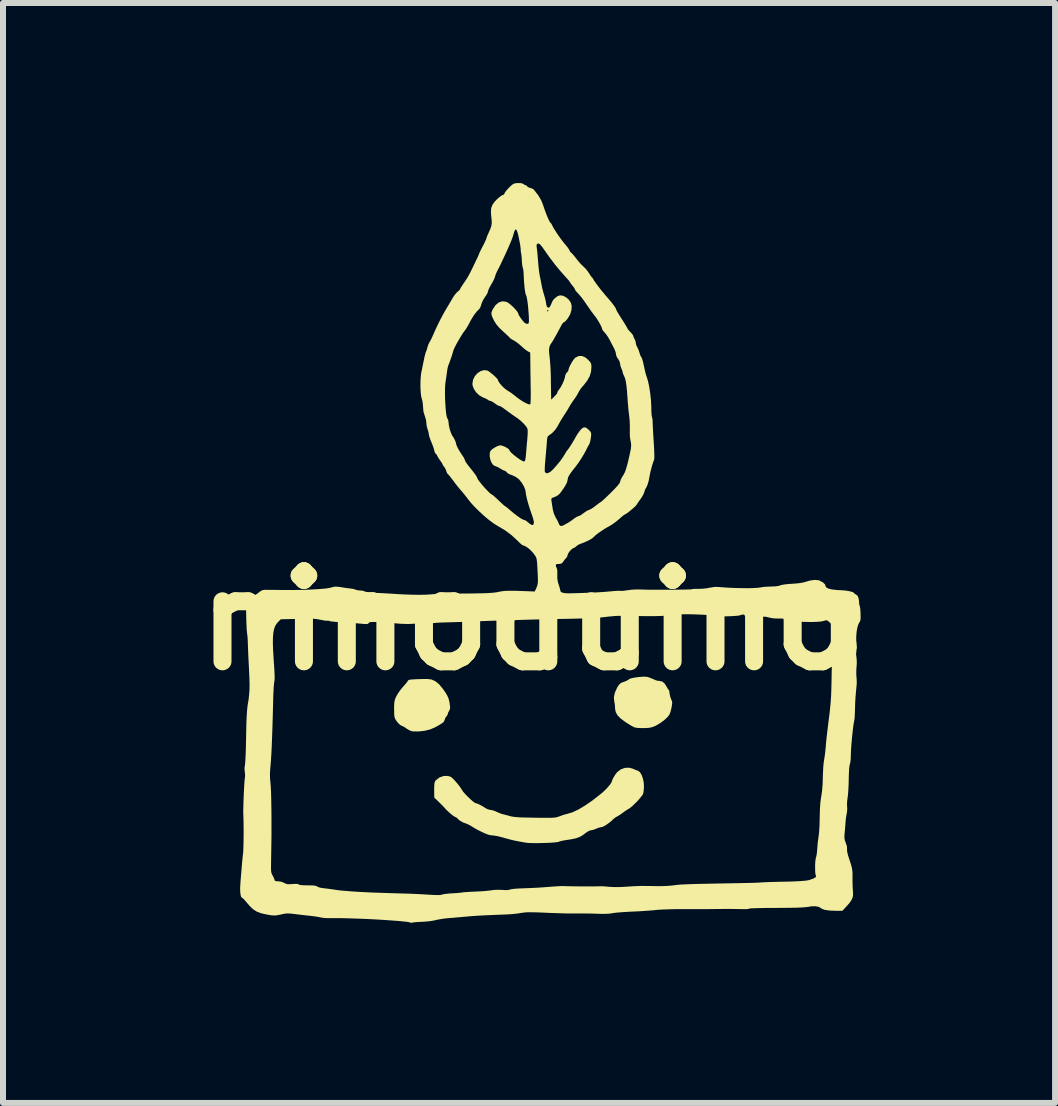
<source format=kicad_pcb>
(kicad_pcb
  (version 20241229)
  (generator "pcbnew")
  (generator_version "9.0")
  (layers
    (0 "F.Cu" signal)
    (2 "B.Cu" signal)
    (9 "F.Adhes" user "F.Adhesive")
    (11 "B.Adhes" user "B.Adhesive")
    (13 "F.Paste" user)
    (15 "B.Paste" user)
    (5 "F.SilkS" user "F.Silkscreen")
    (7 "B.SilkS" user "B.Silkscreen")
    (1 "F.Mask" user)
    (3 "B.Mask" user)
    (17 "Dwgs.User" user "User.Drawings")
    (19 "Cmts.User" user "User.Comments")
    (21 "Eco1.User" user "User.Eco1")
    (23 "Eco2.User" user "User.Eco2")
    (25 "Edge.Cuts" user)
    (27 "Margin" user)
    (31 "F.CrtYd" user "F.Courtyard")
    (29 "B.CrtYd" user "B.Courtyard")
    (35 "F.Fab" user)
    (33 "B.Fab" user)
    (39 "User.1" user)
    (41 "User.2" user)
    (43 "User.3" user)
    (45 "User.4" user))
  (footprint "ninoduino"
    (layer "F.Cu")
    (at 5.764 7.29)
    (property "Reference" "ninoduino" (at 0 0 0) (layer "F.SilkS") (effects (font (size 1.5 1.5) (thickness 0.3))))
    (attr board_only exclude_from_pos_files exclude_from_bom)
    (fp_poly (pts (xy -1.622 0.982) (xy -1.559 1.011) (xy -1.498 1.061) (xy -1.436 1.136) (xy -1.399 1.188) (xy -1.362 1.249) (xy -1.339 1.303) (xy -1.325 1.362) (xy -1.323 1.375) (xy -1.316 1.428) (xy -1.315 1.462) (xy -1.322 1.486) (xy -1.331 1.503) (xy -1.348 1.534) (xy -1.354 1.557) (xy -1.364 1.582) (xy -1.375 1.594) (xy -1.393 1.619) (xy -1.406 1.653) (xy -1.412 1.672) (xy -1.422 1.687) (xy -1.44 1.704) (xy -1.47 1.724) (xy -1.516 1.751) (xy -1.573 1.782) (xy -1.649 1.814) (xy -1.741 1.836) (xy -1.838 1.847) (xy -1.93 1.846) (xy -1.949 1.844) (xy -1.986 1.831) (xy -2.027 1.808) (xy -2.038 1.8) (xy -2.076 1.774) (xy -2.112 1.756) (xy -2.121 1.753) (xy -2.15 1.737) (xy -2.183 1.704) (xy -2.201 1.682) (xy -2.222 1.652) (xy -2.235 1.626) (xy -2.243 1.598) (xy -2.246 1.559) (xy -2.247 1.502) (xy -2.248 1.479) (xy -2.247 1.412) (xy -2.244 1.363) (xy -2.237 1.325) (xy -2.224 1.289) (xy -2.213 1.265) (xy -2.187 1.219) (xy -2.149 1.164) (xy -2.105 1.11) (xy -2.094 1.097) (xy -2.057 1.055) (xy -2.029 1.02) (xy -2.013 0.997) (xy -2.011 0.993) (xy -1.998 0.987) (xy -1.961 0.982) (xy -1.906 0.978) (xy -1.835 0.975) (xy -1.753 0.973) (xy -1.689 0.973)) (stroke (width 0) (type solid)) (fill yes) (layer "F.SilkS"))
    (fp_poly (pts (xy 1.96 0.936) (xy 1.983 0.941) (xy 2.038 0.962) (xy 2.074 0.977) (xy 2.099 0.988) (xy 2.11 0.993) (xy 2.141 1.002) (xy 2.172 1.005) (xy 2.221 1.016) (xy 2.261 1.05) (xy 2.292 1.1) (xy 2.31 1.133) (xy 2.325 1.153) (xy 2.329 1.156) (xy 2.336 1.168) (xy 2.339 1.193) (xy 2.345 1.234) (xy 2.358 1.284) (xy 2.375 1.328) (xy 2.382 1.34) (xy 2.386 1.364) (xy 2.382 1.405) (xy 2.373 1.456) (xy 2.361 1.507) (xy 2.346 1.551) (xy 2.34 1.564) (xy 2.307 1.608) (xy 2.255 1.657) (xy 2.19 1.705) (xy 2.117 1.748) (xy 2.102 1.756) (xy 2.056 1.774) (xy 2.01 1.785) (xy 1.952 1.79) (xy 1.915 1.791) (xy 1.856 1.791) (xy 1.802 1.787) (xy 1.764 1.781) (xy 1.758 1.779) (xy 1.729 1.765) (xy 1.685 1.74) (xy 1.632 1.707) (xy 1.6 1.686) (xy 1.526 1.631) (xy 1.475 1.578) (xy 1.445 1.524) (xy 1.433 1.465) (xy 1.433 1.443) (xy 1.43 1.396) (xy 1.42 1.347) (xy 1.42 1.345) (xy 1.414 1.277) (xy 1.431 1.199) (xy 1.47 1.113) (xy 1.475 1.105) (xy 1.503 1.064) (xy 1.532 1.039) (xy 1.572 1.023) (xy 1.572 1.023) (xy 1.614 1.008) (xy 1.647 0.991) (xy 1.654 0.986) (xy 1.674 0.972) (xy 1.703 0.961) (xy 1.745 0.952) (xy 1.806 0.943) (xy 1.847 0.938) (xy 1.91 0.934)) (stroke (width 0) (type solid)) (fill yes) (layer "F.SilkS"))
    (fp_poly (pts (xy 1.726 2.466) (xy 1.769 2.485) (xy 1.806 2.499) (xy 1.816 2.502) (xy 1.847 2.525) (xy 1.875 2.569) (xy 1.897 2.628) (xy 1.911 2.697) (xy 1.915 2.753) (xy 1.913 2.808) (xy 1.908 2.856) (xy 1.901 2.887) (xy 1.883 2.916) (xy 1.85 2.957) (xy 1.808 3.005) (xy 1.761 3.052) (xy 1.716 3.095) (xy 1.678 3.125) (xy 1.662 3.135) (xy 1.626 3.157) (xy 1.583 3.186) (xy 1.566 3.199) (xy 1.525 3.229) (xy 1.484 3.255) (xy 1.47 3.262) (xy 1.435 3.283) (xy 1.409 3.304) (xy 1.374 3.337) (xy 1.331 3.372) (xy 1.285 3.404) (xy 1.244 3.428) (xy 1.215 3.44) (xy 1.211 3.44) (xy 1.179 3.446) (xy 1.137 3.46) (xy 1.12 3.467) (xy 1.077 3.484) (xy 1.039 3.493) (xy 1.028 3.494) (xy 1 3.503) (xy 0.962 3.525) (xy 0.934 3.546) (xy 0.886 3.581) (xy 0.838 3.607) (xy 0.782 3.627) (xy 0.712 3.642) (xy 0.649 3.652) (xy 0.59 3.661) (xy 0.539 3.671) (xy 0.504 3.681) (xy 0.496 3.685) (xy 0.471 3.691) (xy 0.425 3.696) (xy 0.362 3.701) (xy 0.289 3.704) (xy 0.21 3.706) (xy 0.132 3.708) (xy 0.06 3.707) (xy -0.001 3.705) (xy -0.045 3.701) (xy -0.048 3.701) (xy -0.155 3.682) (xy -0.242 3.665) (xy -0.316 3.647) (xy -0.367 3.633) (xy -0.466 3.606) (xy -0.543 3.588) (xy -0.601 3.579) (xy -0.634 3.577) (xy -0.668 3.57) (xy -0.719 3.552) (xy -0.781 3.524) (xy -0.848 3.491) (xy -0.913 3.455) (xy -0.964 3.423) (xy -1.007 3.399) (xy -1.048 3.381) (xy -1.06 3.377) (xy -1.103 3.361) (xy -1.147 3.336) (xy -1.183 3.307) (xy -1.194 3.294) (xy -1.213 3.278) (xy -1.22 3.276) (xy -1.24 3.267) (xy -1.274 3.244) (xy -1.314 3.211) (xy -1.356 3.173) (xy -1.392 3.137) (xy -1.402 3.126) (xy -1.434 3.09) (xy -1.477 3.047) (xy -1.511 3.013) (xy -1.579 2.948) (xy -1.58 2.82) (xy -1.579 2.756) (xy -1.576 2.714) (xy -1.569 2.686) (xy -1.558 2.667) (xy -1.552 2.66) (xy -1.492 2.613) (xy -1.421 2.589) (xy -1.363 2.588) (xy -1.329 2.594) (xy -1.302 2.604) (xy -1.276 2.625) (xy -1.242 2.659) (xy -1.221 2.683) (xy -1.18 2.731) (xy -1.144 2.779) (xy -1.119 2.818) (xy -1.115 2.824) (xy -1.096 2.853) (xy -1.063 2.89) (xy -1.022 2.932) (xy -0.979 2.973) (xy -0.939 3.009) (xy -0.906 3.034) (xy -0.886 3.043) (xy -0.886 3.043) (xy -0.86 3.05) (xy -0.821 3.068) (xy -0.777 3.091) (xy -0.737 3.116) (xy -0.73 3.121) (xy -0.691 3.142) (xy -0.652 3.153) (xy -0.648 3.153) (xy -0.612 3.159) (xy -0.566 3.174) (xy -0.54 3.186) (xy -0.495 3.206) (xy -0.454 3.221) (xy -0.438 3.225) (xy -0.406 3.233) (xy -0.36 3.245) (xy -0.321 3.256) (xy -0.289 3.264) (xy -0.25 3.27) (xy -0.201 3.275) (xy -0.138 3.279) (xy -0.058 3.281) (xy 0.045 3.283) (xy 0.1 3.284) (xy 0.206 3.286) (xy 0.288 3.286) (xy 0.351 3.286) (xy 0.399 3.284) (xy 0.434 3.281) (xy 0.462 3.276) (xy 0.486 3.269) (xy 0.51 3.26) (xy 0.51 3.26) (xy 0.562 3.241) (xy 0.615 3.225) (xy 0.637 3.22) (xy 0.724 3.194) (xy 0.824 3.147) (xy 0.936 3.08) (xy 1.058 2.996) (xy 1.187 2.895) (xy 1.207 2.879) (xy 1.259 2.832) (xy 1.306 2.784) (xy 1.345 2.738) (xy 1.372 2.7) (xy 1.381 2.675) (xy 1.389 2.651) (xy 1.407 2.615) (xy 1.432 2.574) (xy 1.458 2.538) (xy 1.468 2.526) (xy 1.527 2.48) (xy 1.596 2.454) (xy 1.668 2.451)) (stroke (width 0) (type solid)) (fill yes) (layer "F.SilkS"))
    (fp_poly (pts (xy -0.13 -7.288) (xy -0.098 -7.278) (xy -0.094 -7.274) (xy -0.07 -7.258) (xy -0.059 -7.256) (xy -0.038 -7.245) (xy -0.033 -7.237) (xy -0.015 -7.221) (xy 0.017 -7.21) (xy 0.018 -7.21) (xy 0.056 -7.197) (xy 0.083 -7.177) (xy 0.153 -7.087) (xy 0.202 -7.004) (xy 0.232 -6.931) (xy 0.254 -6.865) (xy 0.278 -6.799) (xy 0.302 -6.737) (xy 0.325 -6.685) (xy 0.344 -6.647) (xy 0.356 -6.628) (xy 0.358 -6.627) (xy 0.371 -6.616) (xy 0.383 -6.592) (xy 0.401 -6.556) (xy 0.432 -6.504) (xy 0.471 -6.444) (xy 0.514 -6.382) (xy 0.557 -6.324) (xy 0.595 -6.276) (xy 0.605 -6.265) (xy 0.638 -6.225) (xy 0.664 -6.188) (xy 0.676 -6.165) (xy 0.688 -6.142) (xy 0.697 -6.135) (xy 0.71 -6.124) (xy 0.735 -6.097) (xy 0.767 -6.057) (xy 0.787 -6.032) (xy 0.827 -5.982) (xy 0.867 -5.937) (xy 0.901 -5.904) (xy 0.911 -5.895) (xy 0.943 -5.864) (xy 0.978 -5.82) (xy 1.001 -5.786) (xy 1.026 -5.747) (xy 1.046 -5.72) (xy 1.056 -5.711) (xy 1.066 -5.7) (xy 1.067 -5.695) (xy 1.075 -5.679) (xy 1.097 -5.646) (xy 1.129 -5.602) (xy 1.167 -5.551) (xy 1.208 -5.499) (xy 1.249 -5.45) (xy 1.271 -5.423) (xy 1.341 -5.342) (xy 1.394 -5.277) (xy 1.43 -5.228) (xy 1.448 -5.197) (xy 1.45 -5.189) (xy 1.457 -5.171) (xy 1.477 -5.135) (xy 1.506 -5.087) (xy 1.541 -5.03) (xy 1.546 -5.024) (xy 1.582 -4.967) (xy 1.612 -4.919) (xy 1.632 -4.884) (xy 1.641 -4.866) (xy 1.641 -4.866) (xy 1.65 -4.85) (xy 1.673 -4.824) (xy 1.689 -4.808) (xy 1.718 -4.776) (xy 1.735 -4.749) (xy 1.738 -4.74) (xy 1.746 -4.713) (xy 1.758 -4.692) (xy 1.774 -4.657) (xy 1.778 -4.631) (xy 1.785 -4.595) (xy 1.803 -4.556) (xy 1.804 -4.554) (xy 1.825 -4.51) (xy 1.84 -4.465) (xy 1.851 -4.427) (xy 1.866 -4.398) (xy 1.867 -4.397) (xy 1.883 -4.366) (xy 1.9 -4.308) (xy 1.919 -4.223) (xy 1.928 -4.179) (xy 1.941 -4.125) (xy 1.958 -4.068) (xy 1.963 -4.056) (xy 1.984 -3.985) (xy 2.003 -3.894) (xy 2.019 -3.791) (xy 2.031 -3.683) (xy 2.037 -3.579) (xy 2.038 -3.535) (xy 2.039 -3.477) (xy 2.042 -3.43) (xy 2.046 -3.4) (xy 2.048 -3.393) (xy 2.054 -3.375) (xy 2.059 -3.338) (xy 2.06 -3.305) (xy 2.061 -3.267) (xy 2.064 -3.207) (xy 2.068 -3.132) (xy 2.073 -3.047) (xy 2.079 -2.962) (xy 2.085 -2.852) (xy 2.088 -2.768) (xy 2.088 -2.711) (xy 2.084 -2.679) (xy 2.082 -2.674) (xy 2.071 -2.647) (xy 2.056 -2.601) (xy 2.04 -2.544) (xy 2.024 -2.483) (xy 2.012 -2.425) (xy 2.005 -2.387) (xy 1.993 -2.324) (xy 1.975 -2.266) (xy 1.956 -2.221) (xy 1.947 -2.207) (xy 1.933 -2.181) (xy 1.922 -2.144) (xy 1.922 -2.144) (xy 1.909 -2.11) (xy 1.885 -2.065) (xy 1.854 -2.02) (xy 1.825 -1.979) (xy 1.802 -1.946) (xy 1.791 -1.927) (xy 1.79 -1.926) (xy 1.777 -1.911) (xy 1.749 -1.884) (xy 1.712 -1.852) (xy 1.673 -1.82) (xy 1.637 -1.792) (xy 1.611 -1.775) (xy 1.602 -1.771) (xy 1.587 -1.763) (xy 1.557 -1.74) (xy 1.518 -1.706) (xy 1.501 -1.691) (xy 1.447 -1.646) (xy 1.387 -1.603) (xy 1.332 -1.57) (xy 1.326 -1.567) (xy 1.271 -1.536) (xy 1.211 -1.497) (xy 1.152 -1.456) (xy 1.103 -1.417) (xy 1.07 -1.385) (xy 1.068 -1.383) (xy 1.044 -1.365) (xy 1.002 -1.341) (xy 0.948 -1.315) (xy 0.89 -1.291) (xy 0.859 -1.28) (xy 0.819 -1.262) (xy 0.788 -1.239) (xy 0.786 -1.237) (xy 0.762 -1.217) (xy 0.746 -1.211) (xy 0.724 -1.2) (xy 0.695 -1.174) (xy 0.667 -1.141) (xy 0.648 -1.109) (xy 0.643 -1.092) (xy 0.633 -1.06) (xy 0.62 -1.045) (xy 0.597 -1.02) (xy 0.573 -0.986) (xy 0.572 -0.985) (xy 0.549 -0.956) (xy 0.52 -0.945) (xy 0.496 -0.944) (xy 0.462 -0.942) (xy 0.449 -0.933) (xy 0.447 -0.911) (xy 0.447 -0.91) (xy 0.449 -0.876) (xy 0.451 -0.829) (xy 0.452 -0.8) (xy 0.457 -0.748) (xy 0.47 -0.684) (xy 0.486 -0.625) (xy 0.502 -0.576) (xy 0.514 -0.535) (xy 0.52 -0.511) (xy 0.52 -0.509) (xy 0.527 -0.483) (xy 0.552 -0.467) (xy 0.597 -0.457) (xy 0.665 -0.454) (xy 0.698 -0.455) (xy 0.85 -0.459) (xy 0.978 -0.464) (xy 1.086 -0.468) (xy 1.177 -0.473) (xy 1.255 -0.478) (xy 1.323 -0.484) (xy 1.357 -0.487) (xy 1.419 -0.493) (xy 1.471 -0.496) (xy 1.508 -0.497) (xy 1.522 -0.496) (xy 1.543 -0.494) (xy 1.584 -0.498) (xy 1.635 -0.505) (xy 1.642 -0.506) (xy 1.712 -0.515) (xy 1.789 -0.519) (xy 1.847 -0.519) (xy 1.897 -0.517) (xy 1.965 -0.515) (xy 2.046 -0.514) (xy 2.137 -0.514) (xy 2.233 -0.514) (xy 2.329 -0.514) (xy 2.424 -0.515) (xy 2.511 -0.516) (xy 2.587 -0.517) (xy 2.649 -0.518) (xy 2.692 -0.52) (xy 2.712 -0.522) (xy 2.713 -0.523) (xy 2.733 -0.527) (xy 2.772 -0.529) (xy 2.822 -0.529) (xy 2.825 -0.529) (xy 2.89 -0.531) (xy 2.958 -0.538) (xy 3.004 -0.547) (xy 3.097 -0.562) (xy 3.16 -0.56) (xy 3.248 -0.553) (xy 3.346 -0.547) (xy 3.448 -0.543) (xy 3.55 -0.541) (xy 3.647 -0.54) (xy 3.734 -0.542) (xy 3.806 -0.546) (xy 3.857 -0.552) (xy 3.871 -0.555) (xy 3.908 -0.561) (xy 3.961 -0.565) (xy 4.021 -0.567) (xy 4.032 -0.568) (xy 4.099 -0.57) (xy 4.153 -0.577) (xy 4.183 -0.586) (xy 4.212 -0.595) (xy 4.263 -0.603) (xy 4.327 -0.61) (xy 4.379 -0.613) (xy 4.448 -0.618) (xy 4.512 -0.625) (xy 4.564 -0.634) (xy 4.591 -0.641) (xy 4.683 -0.668) (xy 4.763 -0.678) (xy 4.826 -0.672) (xy 4.842 -0.666) (xy 4.9 -0.634) (xy 4.932 -0.603) (xy 4.938 -0.582) (xy 4.95 -0.555) (xy 4.986 -0.534) (xy 5.047 -0.519) (xy 5.134 -0.509) (xy 5.189 -0.507) (xy 5.251 -0.503) (xy 5.311 -0.495) (xy 5.363 -0.484) (xy 5.4 -0.472) (xy 5.416 -0.46) (xy 5.416 -0.458) (xy 5.427 -0.446) (xy 5.449 -0.434) (xy 5.475 -0.413) (xy 5.49 -0.374) (xy 5.493 -0.36) (xy 5.499 -0.319) (xy 5.501 -0.289) (xy 5.5 -0.283) (xy 5.505 -0.256) (xy 5.509 -0.249) (xy 5.514 -0.228) (xy 5.52 -0.188) (xy 5.523 -0.135) (xy 5.524 -0.116) (xy 5.525 -0.057) (xy 5.523 -0.017) (xy 5.516 0.01) (xy 5.503 0.032) (xy 5.5 0.036) (xy 5.483 0.072) (xy 5.468 0.128) (xy 5.457 0.195) (xy 5.452 0.266) (xy 5.452 0.332) (xy 5.457 0.375) (xy 5.463 0.449) (xy 5.456 0.492) (xy 5.449 0.561) (xy 5.455 0.606) (xy 5.46 0.656) (xy 5.461 0.716) (xy 5.458 0.759) (xy 5.453 0.823) (xy 5.453 0.892) (xy 5.455 0.93) (xy 5.459 0.977) (xy 5.46 1.016) (xy 5.46 1.055) (xy 5.456 1.101) (xy 5.45 1.162) (xy 5.446 1.204) (xy 5.44 1.273) (xy 5.435 1.357) (xy 5.432 1.441) (xy 5.431 1.477) (xy 5.429 1.544) (xy 5.426 1.606) (xy 5.421 1.654) (xy 5.417 1.676) (xy 5.409 1.715) (xy 5.401 1.775) (xy 5.392 1.85) (xy 5.383 1.935) (xy 5.375 2.022) (xy 5.368 2.107) (xy 5.364 2.182) (xy 5.362 2.242) (xy 5.362 2.249) (xy 5.36 2.305) (xy 5.355 2.354) (xy 5.348 2.386) (xy 5.346 2.391) (xy 5.34 2.417) (xy 5.334 2.466) (xy 5.33 2.537) (xy 5.327 2.624) (xy 5.327 2.646) (xy 5.325 2.73) (xy 5.321 2.812) (xy 5.316 2.884) (xy 5.31 2.94) (xy 5.307 2.96) (xy 5.3 3.015) (xy 5.298 3.065) (xy 5.3 3.095) (xy 5.302 3.135) (xy 5.298 3.187) (xy 5.293 3.215) (xy 5.283 3.272) (xy 5.276 3.332) (xy 5.274 3.354) (xy 5.271 3.401) (xy 5.266 3.462) (xy 5.26 3.525) (xy 5.26 3.529) (xy 5.255 3.588) (xy 5.256 3.631) (xy 5.264 3.666) (xy 5.278 3.704) (xy 5.297 3.761) (xy 5.299 3.806) (xy 5.298 3.808) (xy 5.3 3.846) (xy 5.314 3.907) (xy 5.341 3.992) (xy 5.341 3.993) (xy 5.364 4.061) (xy 5.378 4.113) (xy 5.386 4.159) (xy 5.39 4.21) (xy 5.39 4.274) (xy 5.39 4.278) (xy 5.39 4.351) (xy 5.392 4.425) (xy 5.395 4.489) (xy 5.397 4.51) (xy 5.399 4.566) (xy 5.392 4.612) (xy 5.373 4.656) (xy 5.34 4.704) (xy 5.289 4.762) (xy 5.282 4.77) (xy 5.221 4.835) (xy 5.11 4.835) (xy 5.008 4.831) (xy 4.931 4.82) (xy 4.88 4.802) (xy 4.864 4.791) (xy 4.826 4.769) (xy 4.769 4.759) (xy 4.7 4.761) (xy 4.655 4.769) (xy 4.615 4.774) (xy 4.552 4.779) (xy 4.466 4.783) (xy 4.355 4.785) (xy 4.219 4.786) (xy 4.131 4.787) (xy 4.023 4.787) (xy 3.923 4.788) (xy 3.835 4.79) (xy 3.763 4.792) (xy 3.709 4.794) (xy 3.677 4.796) (xy 3.67 4.798) (xy 3.662 4.802) (xy 3.65 4.805) (xy 3.63 4.807) (xy 3.598 4.807) (xy 3.551 4.807) (xy 3.482 4.806) (xy 3.419 4.805) (xy 3.348 4.804) (xy 3.262 4.804) (xy 3.176 4.805) (xy 3.132 4.805) (xy 3.074 4.806) (xy 2.994 4.807) (xy 2.899 4.807) (xy 2.794 4.807) (xy 2.686 4.807) (xy 2.614 4.807) (xy 2.508 4.807) (xy 2.403 4.808) (xy 2.305 4.811) (xy 2.22 4.814) (xy 2.154 4.818) (xy 2.122 4.821) (xy 2.064 4.827) (xy 1.987 4.833) (xy 1.897 4.839) (xy 1.802 4.845) (xy 1.723 4.848) (xy 1.635 4.853) (xy 1.551 4.858) (xy 1.477 4.864) (xy 1.419 4.87) (xy 1.383 4.876) (xy 1.333 4.883) (xy 1.268 4.886) (xy 1.198 4.886) (xy 1.185 4.886) (xy 1.116 4.883) (xy 1.032 4.881) (xy 0.947 4.88) (xy 0.903 4.88) (xy 0.832 4.88) (xy 0.763 4.88) (xy 0.706 4.88) (xy 0.677 4.88) (xy 0.643 4.88) (xy 0.586 4.878) (xy 0.513 4.876) (xy 0.429 4.873) (xy 0.338 4.87) (xy 0.315 4.869) (xy 0.208 4.864) (xy 0.124 4.861) (xy 0.059 4.86) (xy 0.009 4.859) (xy -0.031 4.86) (xy -0.065 4.862) (xy -0.096 4.866) (xy -0.131 4.871) (xy -0.164 4.876) (xy -0.222 4.884) (xy -0.297 4.891) (xy -0.376 4.896) (xy -0.424 4.898) (xy -0.585 4.904) (xy -0.722 4.91) (xy -0.841 4.916) (xy -0.945 4.923) (xy -1.026 4.93) (xy -1.104 4.937) (xy -1.196 4.945) (xy -1.285 4.953) (xy -1.327 4.956) (xy -1.399 4.963) (xy -1.469 4.973) (xy -1.528 4.984) (xy -1.559 4.991) (xy -1.606 5.001) (xy -1.67 5.01) (xy -1.741 5.016) (xy -1.778 5.018) (xy -1.84 5.021) (xy -1.893 5.025) (xy -1.93 5.029) (xy -1.943 5.032) (xy -1.966 5.036) (xy -1.973 5.033) (xy -1.992 5.026) (xy -2.035 5.019) (xy -2.1 5.012) (xy -2.182 5.004) (xy -2.279 4.997) (xy -2.388 4.989) (xy -2.505 4.982) (xy -2.627 4.975) (xy -2.751 4.969) (xy -2.874 4.965) (xy -2.993 4.961) (xy -3.104 4.958) (xy -3.205 4.957) (xy -3.292 4.957) (xy -3.313 4.957) (xy -3.372 4.957) (xy -3.428 4.953) (xy -3.469 4.946) (xy -3.47 4.946) (xy -3.507 4.938) (xy -3.562 4.929) (xy -3.625 4.921) (xy -3.652 4.918) (xy -3.73 4.91) (xy -3.816 4.9) (xy -3.896 4.89) (xy -3.908 4.889) (xy -3.974 4.881) (xy -4.024 4.879) (xy -4.07 4.883) (xy -4.122 4.894) (xy -4.136 4.897) (xy -4.184 4.907) (xy -4.221 4.913) (xy -4.257 4.913) (xy -4.3 4.909) (xy -4.359 4.899) (xy -4.375 4.896) (xy -4.464 4.876) (xy -4.535 4.849) (xy -4.595 4.811) (xy -4.653 4.756) (xy -4.701 4.7) (xy -4.734 4.661) (xy -4.763 4.631) (xy -4.781 4.618) (xy -4.783 4.617) (xy -4.796 4.604) (xy -4.806 4.568) (xy -4.812 4.515) (xy -4.813 4.451) (xy -4.809 4.385) (xy -4.805 4.329) (xy -4.799 4.255) (xy -4.792 4.174) (xy -4.787 4.11) (xy -4.781 4.037) (xy -4.774 3.967) (xy -4.768 3.908) (xy -4.763 3.871) (xy -4.761 3.839) (xy -4.759 3.786) (xy -4.757 3.716) (xy -4.756 3.635) (xy -4.755 3.549) (xy -4.755 3.463) (xy -4.756 3.382) (xy -4.757 3.312) (xy -4.759 3.259) (xy -4.76 3.235) (xy -4.761 3.203) (xy -4.761 3.151) (xy -4.759 3.084) (xy -4.757 3.006) (xy -4.754 2.924) (xy -4.75 2.842) (xy -4.746 2.767) (xy -4.742 2.702) (xy -4.738 2.653) (xy -4.735 2.627) (xy -4.735 2.626) (xy -4.73 2.585) (xy -4.733 2.539) (xy -4.316 2.539) (xy -4.315 2.628) (xy -4.307 2.713) (xy -4.303 2.762) (xy -4.299 2.834) (xy -4.296 2.927) (xy -4.294 3.037) (xy -4.292 3.161) (xy -4.291 3.296) (xy -4.291 3.438) (xy -4.291 3.584) (xy -4.293 3.731) (xy -4.295 3.874) (xy -4.297 3.987) (xy -4.298 4.068) (xy -4.299 4.127) (xy -4.297 4.169) (xy -4.293 4.198) (xy -4.286 4.221) (xy -4.276 4.24) (xy -4.271 4.249) (xy -4.252 4.285) (xy -4.241 4.314) (xy -4.24 4.32) (xy -4.233 4.335) (xy -4.209 4.342) (xy -4.182 4.343) (xy -4.126 4.351) (xy -4.079 4.37) (xy -4.05 4.385) (xy -4.018 4.392) (xy -3.976 4.392) (xy -3.941 4.389) (xy -3.881 4.386) (xy -3.847 4.39) (xy -3.838 4.396) (xy -3.819 4.404) (xy -3.775 4.409) (xy -3.708 4.411) (xy -3.687 4.411) (xy -3.616 4.412) (xy -3.568 4.416) (xy -3.54 4.423) (xy -3.53 4.43) (xy -3.509 4.441) (xy -3.47 4.452) (xy -3.43 4.458) (xy -3.377 4.464) (xy -3.309 4.473) (xy -3.237 4.483) (xy -3.207 4.488) (xy -3.135 4.497) (xy -3.039 4.505) (xy -2.923 4.514) (xy -2.79 4.522) (xy -2.645 4.529) (xy -2.491 4.535) (xy -2.331 4.54) (xy -2.23 4.543) (xy -2.13 4.546) (xy -2.025 4.549) (xy -1.922 4.553) (xy -1.831 4.557) (xy -1.778 4.56) (xy -1.681 4.566) (xy -1.608 4.57) (xy -1.553 4.572) (xy -1.514 4.573) (xy -1.486 4.572) (xy -1.465 4.569) (xy -1.448 4.564) (xy -1.442 4.563) (xy -1.411 4.556) (xy -1.361 4.55) (xy -1.301 4.545) (xy -1.264 4.543) (xy -1.204 4.539) (xy -1.153 4.535) (xy -1.118 4.531) (xy -1.107 4.529) (xy -1.087 4.526) (xy -1.045 4.523) (xy -0.986 4.519) (xy -0.918 4.516) (xy -0.895 4.515) (xy -0.817 4.511) (xy -0.743 4.506) (xy -0.679 4.5) (xy -0.633 4.494) (xy -0.628 4.493) (xy -0.575 4.487) (xy -0.51 4.485) (xy -0.45 4.487) (xy -0.379 4.491) (xy -0.332 4.486) (xy -0.317 4.481) (xy -0.293 4.475) (xy -0.247 4.469) (xy -0.184 4.464) (xy -0.109 4.461) (xy -0.079 4.46) (xy 0.017 4.456) (xy 0.125 4.451) (xy 0.232 4.444) (xy 0.325 4.437) (xy 0.328 4.437) (xy 0.405 4.431) (xy 0.477 4.426) (xy 0.538 4.423) (xy 0.58 4.423) (xy 0.588 4.423) (xy 0.622 4.425) (xy 0.676 4.426) (xy 0.744 4.427) (xy 0.821 4.428) (xy 0.902 4.428) (xy 0.982 4.428) (xy 1.055 4.428) (xy 1.118 4.428) (xy 1.164 4.427) (xy 1.189 4.426) (xy 1.19 4.426) (xy 1.212 4.426) (xy 1.254 4.428) (xy 1.308 4.433) (xy 1.327 4.435) (xy 1.401 4.439) (xy 1.491 4.44) (xy 1.585 4.436) (xy 1.614 4.434) (xy 1.689 4.429) (xy 1.751 4.425) (xy 1.806 4.423) (xy 1.861 4.421) (xy 1.922 4.421) (xy 1.996 4.422) (xy 2.091 4.423) (xy 2.106 4.424) (xy 2.187 4.424) (xy 2.267 4.422) (xy 2.338 4.418) (xy 2.392 4.413) (xy 2.4 4.412) (xy 2.432 4.407) (xy 2.469 4.403) (xy 2.514 4.399) (xy 2.569 4.396) (xy 2.637 4.393) (xy 2.719 4.39) (xy 2.818 4.387) (xy 2.936 4.385) (xy 3.075 4.382) (xy 3.238 4.379) (xy 3.347 4.377) (xy 3.46 4.375) (xy 3.565 4.373) (xy 3.66 4.371) (xy 3.74 4.369) (xy 3.803 4.366) (xy 3.845 4.365) (xy 3.86 4.363) (xy 3.886 4.361) (xy 3.935 4.359) (xy 4.002 4.356) (xy 4.085 4.354) (xy 4.177 4.351) (xy 4.254 4.35) (xy 4.377 4.347) (xy 4.475 4.343) (xy 4.552 4.338) (xy 4.61 4.333) (xy 4.652 4.326) (xy 4.673 4.321) (xy 4.736 4.299) (xy 4.773 4.278) (xy 4.784 4.258) (xy 4.778 4.245) (xy 4.772 4.223) (xy 4.768 4.182) (xy 4.767 4.129) (xy 4.767 4.071) (xy 4.77 4.016) (xy 4.775 3.972) (xy 4.781 3.946) (xy 4.782 3.944) (xy 4.788 3.923) (xy 4.795 3.882) (xy 4.8 3.827) (xy 4.803 3.796) (xy 4.808 3.727) (xy 4.816 3.659) (xy 4.824 3.602) (xy 4.826 3.587) (xy 4.831 3.546) (xy 4.836 3.485) (xy 4.84 3.41) (xy 4.842 3.327) (xy 4.843 3.279) (xy 4.847 3.141) (xy 4.855 3.026) (xy 4.868 2.933) (xy 4.87 2.927) (xy 4.883 2.833) (xy 4.892 2.721) (xy 4.895 2.618) (xy 4.898 2.535) (xy 4.902 2.45) (xy 4.909 2.372) (xy 4.918 2.312) (xy 4.929 2.24) (xy 4.938 2.163) (xy 4.945 2.094) (xy 4.945 2.088) (xy 4.951 2.017) (xy 4.959 1.939) (xy 4.966 1.881) (xy 4.982 1.746) (xy 4.996 1.634) (xy 5.008 1.542) (xy 5.016 1.463) (xy 5.023 1.395) (xy 5.028 1.333) (xy 5.032 1.273) (xy 5.035 1.211) (xy 5.037 1.142) (xy 5.039 1.062) (xy 5.041 0.971) (xy 5.042 0.906) (xy 5.044 0.82) (xy 5.047 0.719) (xy 5.049 0.611) (xy 5.052 0.501) (xy 5.054 0.438) (xy 5.063 0.082) (xy 5.014 0.035) (xy 4.984 0.007) (xy 4.962 -0.004) (xy 4.937 -0.003) (xy 4.907 0.006) (xy 4.865 0.015) (xy 4.805 0.02) (xy 4.733 0.023) (xy 4.653 0.023) (xy 4.572 0.021) (xy 4.494 0.016) (xy 4.425 0.01) (xy 4.369 0.002) (xy 4.332 -0.008) (xy 4.321 -0.015) (xy 4.304 -0.025) (xy 4.269 -0.031) (xy 4.213 -0.034) (xy 4.172 -0.034) (xy 4.096 -0.036) (xy 4.035 -0.043) (xy 3.995 -0.053) (xy 3.994 -0.053) (xy 3.948 -0.064) (xy 3.896 -0.065) (xy 3.892 -0.065) (xy 3.836 -0.066) (xy 3.776 -0.079) (xy 3.771 -0.081) (xy 3.725 -0.092) (xy 3.671 -0.099) (xy 3.615 -0.102) (xy 3.566 -0.101) (xy 3.531 -0.095) (xy 3.521 -0.09) (xy 3.503 -0.085) (xy 3.462 -0.08) (xy 3.407 -0.076) (xy 3.341 -0.073) (xy 3.273 -0.071) (xy 3.206 -0.071) (xy 3.148 -0.072) (xy 3.105 -0.075) (xy 3.084 -0.078) (xy 3.043 -0.086) (xy 2.98 -0.093) (xy 2.9 -0.098) (xy 2.808 -0.102) (xy 2.711 -0.105) (xy 2.612 -0.106) (xy 2.518 -0.105) (xy 2.433 -0.103) (xy 2.363 -0.098) (xy 2.312 -0.092) (xy 2.298 -0.089) (xy 2.266 -0.083) (xy 2.217 -0.078) (xy 2.149 -0.076) (xy 2.06 -0.074) (xy 1.947 -0.075) (xy 1.901 -0.075) (xy 1.804 -0.076) (xy 1.712 -0.077) (xy 1.63 -0.078) (xy 1.563 -0.079) (xy 1.515 -0.079) (xy 1.498 -0.079) (xy 1.453 -0.078) (xy 1.392 -0.073) (xy 1.325 -0.067) (xy 1.293 -0.063) (xy 1.234 -0.056) (xy 1.175 -0.05) (xy 1.112 -0.046) (xy 1.042 -0.042) (xy 0.96 -0.038) (xy 0.864 -0.035) (xy 0.75 -0.032) (xy 0.613 -0.029) (xy 0.533 -0.028) (xy 0.42 -0.026) (xy 0.301 -0.023) (xy 0.182 -0.02) (xy 0.073 -0.018) (xy -0.02 -0.015) (xy -0.062 -0.014) (xy -0.161 -0.011) (xy -0.272 -0.007) (xy -0.383 -0.004) (xy -0.482 -0.001) (xy -0.506 -0.001) (xy -0.602 0.002) (xy -0.71 0.006) (xy -0.817 0.01) (xy -0.911 0.014) (xy -0.916 0.014) (xy -1.003 0.018) (xy -1.107 0.022) (xy -1.215 0.025) (xy -1.318 0.028) (xy -1.351 0.029) (xy -1.43 0.031) (xy -1.5 0.034) (xy -1.556 0.038) (xy -1.594 0.041) (xy -1.607 0.044) (xy -1.63 0.049) (xy -1.671 0.05) (xy -1.718 0.048) (xy -1.78 0.046) (xy -1.853 0.047) (xy -1.917 0.052) (xy -2.015 0.057) (xy -2.135 0.053) (xy -2.199 0.048) (xy -2.283 0.04) (xy -2.375 0.034) (xy -2.461 0.028) (xy -2.516 0.025) (xy -2.581 0.023) (xy -2.625 0.023) (xy -2.651 0.027) (xy -2.665 0.034) (xy -2.671 0.041) (xy -2.683 0.053) (xy -2.708 0.058) (xy -2.75 0.056) (xy -2.761 0.055) (xy -2.849 0.047) (xy -2.933 0.04) (xy -3.023 0.034) (xy -3.128 0.027) (xy -3.153 0.026) (xy -3.218 0.022) (xy -3.273 0.016) (xy -3.313 0.011) (xy -3.332 0.005) (xy -3.35 -0.001) (xy -3.355 0.002) (xy -3.371 0.003) (xy -3.407 -0.001) (xy -3.455 -0.01) (xy -3.463 -0.012) (xy -3.523 -0.023) (xy -3.581 -0.03) (xy -3.625 -0.033) (xy -3.66 -0.032) (xy -3.715 -0.031) (xy -3.786 -0.029) (xy -3.865 -0.028) (xy -3.91 -0.027) (xy -4.135 -0.022) (xy -4.178 0.02) (xy -4.207 0.054) (xy -4.231 0.094) (xy -4.248 0.143) (xy -4.26 0.204) (xy -4.266 0.279) (xy -4.268 0.372) (xy -4.264 0.484) (xy -4.256 0.62) (xy -4.251 0.697) (xy -4.243 0.814) (xy -4.239 0.905) (xy -4.238 0.97) (xy -4.242 1.008) (xy -4.243 1.012) (xy -4.247 1.038) (xy -4.252 1.087) (xy -4.256 1.153) (xy -4.26 1.231) (xy -4.262 1.313) (xy -4.268 1.542) (xy -4.274 1.745) (xy -4.28 1.923) (xy -4.286 2.077) (xy -4.292 2.208) (xy -4.299 2.317) (xy -4.306 2.406) (xy -4.309 2.44) (xy -4.316 2.539) (xy -4.733 2.539) (xy -4.733 2.538) (xy -4.734 2.53) (xy -4.739 2.488) (xy -4.74 2.454) (xy -4.739 2.448) (xy -4.732 2.401) (xy -4.726 2.329) (xy -4.721 2.23) (xy -4.717 2.105) (xy -4.714 1.953) (xy -4.712 1.867) (xy -4.709 1.717) (xy -4.704 1.591) (xy -4.697 1.491) (xy -4.689 1.417) (xy -4.687 1.402) (xy -4.672 1.314) (xy -4.663 1.231) (xy -4.657 1.146) (xy -4.656 1.054) (xy -4.659 0.947) (xy -4.665 0.82) (xy -4.665 0.814) (xy -4.67 0.719) (xy -4.675 0.622) (xy -4.679 0.53) (xy -4.682 0.452) (xy -4.684 0.404) (xy -4.686 0.339) (xy -4.689 0.28) (xy -4.694 0.236) (xy -4.696 0.219) (xy -4.7 0.191) (xy -4.704 0.142) (xy -4.707 0.077) (xy -4.71 0.003) (xy -4.711 -0.031) (xy -4.712 -0.111) (xy -4.713 -0.169) (xy -4.711 -0.209) (xy -4.707 -0.237) (xy -4.7 -0.257) (xy -4.69 -0.275) (xy -4.683 -0.284) (xy -4.653 -0.327) (xy -4.623 -0.371) (xy -4.622 -0.373) (xy -4.6 -0.401) (xy -4.583 -0.416) (xy -4.58 -0.417) (xy -4.562 -0.425) (xy -4.532 -0.446) (xy -4.507 -0.465) (xy -4.47 -0.493) (xy -4.438 -0.508) (xy -4.399 -0.513) (xy -4.368 -0.513) (xy -4.326 -0.512) (xy -4.263 -0.512) (xy -4.187 -0.511) (xy -4.106 -0.51) (xy -4.076 -0.51) (xy -3.944 -0.51) (xy -3.814 -0.511) (xy -3.69 -0.515) (xy -3.577 -0.52) (xy -3.476 -0.527) (xy -3.393 -0.534) (xy -3.331 -0.543) (xy -3.301 -0.55) (xy -3.262 -0.561) (xy -3.227 -0.566) (xy -3.187 -0.564) (xy -3.132 -0.557) (xy -3.116 -0.554) (xy -3.057 -0.545) (xy -3.004 -0.538) (xy -2.966 -0.533) (xy -2.96 -0.533) (xy -2.919 -0.526) (xy -2.89 -0.515) (xy -2.856 -0.505) (xy -2.815 -0.502) (xy -2.815 -0.502) (xy -2.772 -0.498) (xy -2.735 -0.485) (xy -2.706 -0.477) (xy -2.659 -0.469) (xy -2.602 -0.464) (xy -2.585 -0.464) (xy -2.531 -0.461) (xy -2.457 -0.458) (xy -2.372 -0.453) (xy -2.282 -0.448) (xy -2.23 -0.444) (xy -2.08 -0.436) (xy -1.941 -0.431) (xy -1.815 -0.43) (xy -1.708 -0.432) (xy -1.623 -0.438) (xy -1.614 -0.439) (xy -1.582 -0.441) (xy -1.527 -0.443) (xy -1.452 -0.445) (xy -1.361 -0.447) (xy -1.259 -0.449) (xy -1.149 -0.45) (xy -1.081 -0.451) (xy -0.947 -0.452) (xy -0.837 -0.454) (xy -0.748 -0.456) (xy -0.676 -0.459) (xy -0.617 -0.463) (xy -0.569 -0.468) (xy -0.528 -0.474) (xy -0.506 -0.479) (xy -0.457 -0.488) (xy -0.409 -0.494) (xy -0.355 -0.497) (xy -0.291 -0.497) (xy -0.209 -0.496) (xy -0.147 -0.494) (xy 0.096 -0.485) (xy 0.125 -0.55) (xy 0.137 -0.58) (xy 0.144 -0.61) (xy 0.148 -0.645) (xy 0.148 -0.691) (xy 0.146 -0.756) (xy 0.144 -0.786) (xy 0.14 -0.875) (xy 0.136 -0.94) (xy 0.132 -0.986) (xy 0.128 -1.019) (xy 0.123 -1.041) (xy 0.116 -1.058) (xy 0.107 -1.074) (xy 0.103 -1.081) (xy 0.064 -1.133) (xy 0.018 -1.181) (xy -0.03 -1.22) (xy -0.072 -1.245) (xy -0.098 -1.252) (xy -0.115 -1.261) (xy -0.145 -1.286) (xy -0.181 -1.321) (xy -0.191 -1.331) (xy -0.29 -1.423) (xy -0.4 -1.505) (xy -0.527 -1.58) (xy -0.591 -1.62) (xy -0.666 -1.676) (xy -0.747 -1.744) (xy -0.829 -1.819) (xy -0.905 -1.894) (xy -0.971 -1.966) (xy -1.012 -2.018) (xy -1.054 -2.073) (xy -1.1 -2.13) (xy -1.137 -2.173) (xy -1.176 -2.219) (xy -1.221 -2.276) (xy -1.265 -2.334) (xy -1.271 -2.342) (xy -1.304 -2.386) (xy -1.331 -2.42) (xy -1.349 -2.439) (xy -1.353 -2.442) (xy -1.363 -2.453) (xy -1.376 -2.483) (xy -1.379 -2.495) (xy -1.395 -2.533) (xy -1.412 -2.561) (xy -1.416 -2.565) (xy -1.433 -2.585) (xy -1.436 -2.595) (xy -1.444 -2.613) (xy -1.463 -2.644) (xy -1.474 -2.658) (xy -1.502 -2.698) (xy -1.524 -2.737) (xy -1.529 -2.746) (xy -1.544 -2.773) (xy -1.557 -2.783) (xy -1.567 -2.795) (xy -1.576 -2.825) (xy -1.577 -2.83) (xy -1.586 -2.866) (xy -1.604 -2.916) (xy -1.625 -2.97) (xy -1.627 -2.973) (xy -1.647 -3.024) (xy -1.662 -3.069) (xy -1.669 -3.1) (xy -1.669 -3.102) (xy -1.674 -3.137) (xy -1.687 -3.179) (xy -1.689 -3.185) (xy -1.703 -3.232) (xy -1.71 -3.285) (xy -1.71 -3.293) (xy -1.716 -3.343) (xy -1.732 -3.397) (xy -1.737 -3.411) (xy -1.759 -3.485) (xy -1.765 -3.554) (xy -1.769 -3.612) (xy -1.779 -3.671) (xy -1.788 -3.7) (xy -1.798 -3.745) (xy -1.805 -3.81) (xy -1.806 -3.835) (xy -1.4 -3.835) (xy -1.4 -3.759) (xy -1.398 -3.678) (xy -1.393 -3.597) (xy -1.388 -3.521) (xy -1.381 -3.455) (xy -1.373 -3.405) (xy -1.364 -3.376) (xy -1.362 -3.373) (xy -1.347 -3.343) (xy -1.34 -3.303) (xy -1.34 -3.3) (xy -1.336 -3.257) (xy -1.324 -3.203) (xy -1.308 -3.148) (xy -1.29 -3.103) (xy -1.28 -3.084) (xy -1.254 -3.044) (xy -1.232 -3.001) (xy -1.219 -2.967) (xy -1.217 -2.956) (xy -1.21 -2.926) (xy -1.189 -2.88) (xy -1.159 -2.826) (xy -1.123 -2.769) (xy -1.112 -2.754) (xy -1.087 -2.716) (xy -1.071 -2.684) (xy -1.067 -2.67) (xy -1.059 -2.65) (xy -1.036 -2.616) (xy -1.005 -2.574) (xy -0.995 -2.562) (xy -0.935 -2.487) (xy -0.892 -2.43) (xy -0.868 -2.392) (xy -0.862 -2.375) (xy -0.853 -2.355) (xy -0.829 -2.321) (xy -0.795 -2.278) (xy -0.755 -2.231) (xy -0.712 -2.184) (xy -0.673 -2.144) (xy -0.641 -2.114) (xy -0.62 -2.1) (xy -0.617 -2.1) (xy -0.604 -2.091) (xy -0.576 -2.067) (xy -0.537 -2.032) (xy -0.508 -2.004) (xy -0.466 -1.964) (xy -0.431 -1.932) (xy -0.408 -1.912) (xy -0.401 -1.908) (xy -0.388 -1.9) (xy -0.36 -1.878) (xy -0.322 -1.846) (xy -0.31 -1.835) (xy -0.247 -1.783) (xy -0.188 -1.738) (xy -0.137 -1.703) (xy -0.098 -1.682) (xy -0.079 -1.676) (xy -0.055 -1.667) (xy -0.033 -1.651) (xy 0.016 -1.61) (xy 0.051 -1.592) (xy 0.07 -1.596) (xy 0.071 -1.597) (xy 0.08 -1.625) (xy 0.082 -1.641) (xy 0.077 -1.665) (xy 0.066 -1.708) (xy 0.049 -1.76) (xy 0.043 -1.777) (xy 0.013 -1.864) (xy -0.013 -1.948) (xy -0.034 -2.025) (xy -0.048 -2.088) (xy -0.055 -2.133) (xy -0.055 -2.139) (xy -0.064 -2.186) (xy -0.088 -2.242) (xy -0.123 -2.299) (xy -0.163 -2.349) (xy -0.179 -2.364) (xy -0.225 -2.396) (xy -0.278 -2.421) (xy -0.293 -2.426) (xy -0.333 -2.442) (xy -0.363 -2.462) (xy -0.37 -2.47) (xy -0.39 -2.491) (xy -0.403 -2.496) (xy -0.426 -2.503) (xy -0.46 -2.522) (xy -0.475 -2.531) (xy -0.516 -2.555) (xy -0.554 -2.572) (xy -0.564 -2.574) (xy -0.597 -2.593) (xy -0.625 -2.632) (xy -0.645 -2.683) (xy -0.655 -2.739) (xy -0.654 -2.791) (xy -0.643 -2.825) (xy -0.619 -2.851) (xy -0.579 -2.879) (xy -0.533 -2.904) (xy -0.492 -2.918) (xy -0.478 -2.92) (xy -0.446 -2.914) (xy -0.407 -2.899) (xy -0.369 -2.879) (xy -0.34 -2.859) (xy -0.328 -2.843) (xy -0.318 -2.822) (xy -0.29 -2.792) (xy -0.25 -2.757) (xy -0.204 -2.721) (xy -0.158 -2.688) (xy -0.117 -2.664) (xy -0.088 -2.651) (xy -0.078 -2.651) (xy -0.066 -2.667) (xy -0.057 -2.707) (xy -0.05 -2.773) (xy -0.05 -2.779) (xy -0.044 -2.851) (xy -0.037 -2.935) (xy -0.029 -3.015) (xy -0.028 -3.033) (xy -0.022 -3.111) (xy -0.022 -3.168) (xy -0.027 -3.201) (xy -0.048 -3.235) (xy -0.085 -3.278) (xy -0.132 -3.324) (xy -0.183 -3.365) (xy -0.203 -3.379) (xy -0.26 -3.418) (xy -0.327 -3.466) (xy -0.393 -3.514) (xy -0.433 -3.544) (xy -0.466 -3.565) (xy -0.492 -3.576) (xy -0.496 -3.577) (xy -0.518 -3.585) (xy -0.551 -3.605) (xy -0.568 -3.618) (xy -0.602 -3.642) (xy -0.631 -3.657) (xy -0.64 -3.659) (xy -0.668 -3.667) (xy -0.683 -3.677) (xy -0.708 -3.693) (xy -0.748 -3.711) (xy -0.768 -3.719) (xy -0.827 -3.752) (xy -0.879 -3.801) (xy -0.919 -3.86) (xy -0.941 -3.921) (xy -0.943 -3.949) (xy -0.932 -4.014) (xy -0.902 -4.073) (xy -0.859 -4.122) (xy -0.806 -4.157) (xy -0.75 -4.173) (xy -0.693 -4.166) (xy -0.691 -4.165) (xy -0.667 -4.151) (xy -0.634 -4.125) (xy -0.596 -4.094) (xy -0.56 -4.061) (xy -0.533 -4.033) (xy -0.52 -4.015) (xy -0.52 -4.014) (xy -0.509 -3.985) (xy -0.482 -3.946) (xy -0.444 -3.903) (xy -0.399 -3.862) (xy -0.355 -3.83) (xy -0.342 -3.823) (xy -0.315 -3.806) (xy -0.275 -3.777) (xy -0.229 -3.742) (xy -0.219 -3.733) (xy -0.159 -3.688) (xy -0.101 -3.65) (xy -0.049 -3.622) (xy -0.009 -3.605) (xy 0.017 -3.603) (xy 0.022 -3.606) (xy 0.025 -3.625) (xy 0.027 -3.666) (xy 0.029 -3.723) (xy 0.029 -3.792) (xy 0.029 -3.822) (xy 0.027 -3.912) (xy 0.026 -4.017) (xy 0.024 -4.126) (xy 0.023 -4.227) (xy 0.023 -4.244) (xy 0.02 -4.466) (xy -0.021 -4.487) (xy -0.052 -4.508) (xy -0.093 -4.541) (xy -0.13 -4.575) (xy -0.175 -4.614) (xy -0.222 -4.649) (xy -0.255 -4.669) (xy -0.29 -4.688) (xy -0.313 -4.704) (xy -0.317 -4.708) (xy -0.328 -4.721) (xy -0.356 -4.748) (xy -0.395 -4.785) (xy -0.431 -4.817) (xy -0.497 -4.88) (xy -0.545 -4.937) (xy -0.581 -4.994) (xy -0.585 -5.002) (xy -0.611 -5.057) (xy -0.625 -5.097) (xy -0.626 -5.129) (xy -0.615 -5.163) (xy -0.603 -5.188) (xy -0.558 -5.256) (xy -0.505 -5.3) (xy -0.447 -5.32) (xy -0.385 -5.313) (xy -0.358 -5.302) (xy -0.325 -5.279) (xy -0.285 -5.245) (xy -0.245 -5.206) (xy -0.21 -5.166) (xy -0.186 -5.133) (xy -0.178 -5.112) (xy -0.17 -5.09) (xy -0.149 -5.056) (xy -0.121 -5.017) (xy -0.092 -4.981) (xy -0.068 -4.958) (xy -0.06 -4.953) (xy -0.033 -4.944) (xy -0.015 -4.945) (xy -0.005 -4.959) (xy -0.001 -4.991) (xy -0.002 -5.044) (xy -0.004 -5.085) (xy -0.01 -5.163) (xy 0.301 -5.163) (xy 0.306 -5.15) (xy 0.307 -5.15) (xy 0.319 -5.159) (xy 0.321 -5.163) (xy 0.32 -5.176) (xy 0.315 -5.177) (xy 0.301 -5.167) (xy 0.301 -5.163) (xy -0.01 -5.163) (xy -0.011 -5.18) (xy -0.019 -5.266) (xy -0.029 -5.338) (xy -0.039 -5.392) (xy -0.049 -5.423) (xy -0.052 -5.427) (xy -0.059 -5.449) (xy -0.067 -5.493) (xy -0.075 -5.553) (xy -0.081 -5.623) (xy -0.086 -5.698) (xy -0.089 -5.766) (xy -0.092 -5.816) (xy -0.097 -5.855) (xy -0.103 -5.875) (xy -0.109 -5.898) (xy -0.115 -5.939) (xy -0.119 -5.99) (xy -0.119 -5.991) (xy -0.122 -6.044) (xy -0.127 -6.092) (xy -0.132 -6.121) (xy -0.138 -6.156) (xy -0.138 -6.177) (xy -0.14 -6.204) (xy -0.146 -6.25) (xy -0.146 -6.251) (xy 0.125 -6.251) (xy 0.129 -6.213) (xy 0.13 -6.206) (xy 0.135 -6.166) (xy 0.141 -6.106) (xy 0.147 -6.038) (xy 0.151 -5.984) (xy 0.157 -5.913) (xy 0.164 -5.845) (xy 0.172 -5.788) (xy 0.177 -5.758) (xy 0.189 -5.7) (xy 0.201 -5.638) (xy 0.204 -5.622) (xy 0.213 -5.574) (xy 0.221 -5.535) (xy 0.231 -5.496) (xy 0.245 -5.447) (xy 0.259 -5.4) (xy 0.273 -5.347) (xy 0.283 -5.301) (xy 0.287 -5.27) (xy 0.287 -5.27) (xy 0.295 -5.237) (xy 0.312 -5.216) (xy 0.333 -5.214) (xy 0.337 -5.216) (xy 0.35 -5.233) (xy 0.367 -5.267) (xy 0.375 -5.286) (xy 0.392 -5.325) (xy 0.413 -5.354) (xy 0.444 -5.382) (xy 0.475 -5.405) (xy 0.517 -5.419) (xy 0.567 -5.412) (xy 0.617 -5.387) (xy 0.663 -5.347) (xy 0.697 -5.297) (xy 0.711 -5.241) (xy 0.707 -5.174) (xy 0.686 -5.104) (xy 0.649 -5.04) (xy 0.621 -5.004) (xy 0.596 -4.979) (xy 0.583 -4.972) (xy 0.566 -4.961) (xy 0.547 -4.934) (xy 0.543 -4.927) (xy 0.515 -4.874) (xy 0.483 -4.814) (xy 0.45 -4.754) (xy 0.42 -4.701) (xy 0.395 -4.658) (xy 0.379 -4.633) (xy 0.377 -4.63) (xy 0.351 -4.591) (xy 0.337 -4.547) (xy 0.333 -4.492) (xy 0.34 -4.419) (xy 0.343 -4.394) (xy 0.349 -4.337) (xy 0.355 -4.26) (xy 0.36 -4.171) (xy 0.363 -4.079) (xy 0.364 -4.021) (xy 0.365 -3.938) (xy 0.366 -3.862) (xy 0.367 -3.797) (xy 0.368 -3.75) (xy 0.368 -3.728) (xy 0.369 -3.681) (xy 0.423 -3.734) (xy 0.452 -3.764) (xy 0.469 -3.788) (xy 0.471 -3.797) (xy 0.475 -3.812) (xy 0.493 -3.84) (xy 0.502 -3.851) (xy 0.529 -3.891) (xy 0.557 -3.943) (xy 0.581 -3.999) (xy 0.597 -4.048) (xy 0.602 -4.077) (xy 0.612 -4.108) (xy 0.629 -4.131) (xy 0.65 -4.154) (xy 0.656 -4.17) (xy 0.664 -4.203) (xy 0.683 -4.248) (xy 0.71 -4.298) (xy 0.739 -4.343) (xy 0.766 -4.376) (xy 0.774 -4.382) (xy 0.83 -4.409) (xy 0.884 -4.409) (xy 0.94 -4.384) (xy 0.978 -4.352) (xy 1.012 -4.317) (xy 1.031 -4.29) (xy 1.038 -4.261) (xy 1.04 -4.224) (xy 1.033 -4.145) (xy 1.011 -4.072) (xy 0.971 -4) (xy 0.911 -3.922) (xy 0.883 -3.891) (xy 0.857 -3.858) (xy 0.83 -3.814) (xy 0.821 -3.796) (xy 0.793 -3.746) (xy 0.76 -3.697) (xy 0.75 -3.684) (xy 0.72 -3.641) (xy 0.687 -3.59) (xy 0.673 -3.566) (xy 0.647 -3.52) (xy 0.612 -3.464) (xy 0.576 -3.408) (xy 0.573 -3.404) (xy 0.539 -3.35) (xy 0.507 -3.295) (xy 0.483 -3.251) (xy 0.481 -3.247) (xy 0.441 -3.184) (xy 0.387 -3.126) (xy 0.332 -3.086) (xy 0.316 -3.074) (xy 0.306 -3.052) (xy 0.3 -3.014) (xy 0.297 -2.972) (xy 0.293 -2.919) (xy 0.287 -2.848) (xy 0.28 -2.768) (xy 0.273 -2.689) (xy 0.273 -2.687) (xy 0.267 -2.617) (xy 0.263 -2.556) (xy 0.262 -2.508) (xy 0.263 -2.481) (xy 0.264 -2.478) (xy 0.283 -2.457) (xy 0.315 -2.457) (xy 0.355 -2.478) (xy 0.401 -2.52) (xy 0.401 -2.52) (xy 0.464 -2.591) (xy 0.521 -2.66) (xy 0.566 -2.723) (xy 0.595 -2.771) (xy 0.62 -2.813) (xy 0.648 -2.85) (xy 0.649 -2.852) (xy 0.669 -2.878) (xy 0.697 -2.922) (xy 0.73 -2.975) (xy 0.752 -3.013) (xy 0.801 -3.098) (xy 0.843 -3.159) (xy 0.878 -3.199) (xy 0.909 -3.218) (xy 0.939 -3.219) (xy 0.969 -3.202) (xy 0.997 -3.177) (xy 1.021 -3.151) (xy 1.033 -3.128) (xy 1.036 -3.099) (xy 1.032 -3.054) (xy 1.031 -3.051) (xy 1.023 -3) (xy 1.011 -2.955) (xy 1.001 -2.934) (xy 0.981 -2.9) (xy 0.958 -2.856) (xy 0.95 -2.838) (xy 0.919 -2.781) (xy 0.878 -2.712) (xy 0.833 -2.642) (xy 0.789 -2.582) (xy 0.773 -2.561) (xy 0.717 -2.49) (xy 0.678 -2.436) (xy 0.656 -2.396) (xy 0.649 -2.378) (xy 0.641 -2.337) (xy 0.636 -2.313) (xy 0.624 -2.284) (xy 0.6 -2.24) (xy 0.567 -2.19) (xy 0.532 -2.141) (xy 0.505 -2.108) (xy 0.474 -2.083) (xy 0.432 -2.061) (xy 0.422 -2.058) (xy 0.387 -2.045) (xy 0.373 -2.031) (xy 0.372 -2.006) (xy 0.376 -1.984) (xy 0.383 -1.937) (xy 0.392 -1.88) (xy 0.396 -1.852) (xy 0.415 -1.781) (xy 0.447 -1.712) (xy 0.45 -1.707) (xy 0.473 -1.668) (xy 0.488 -1.637) (xy 0.492 -1.624) (xy 0.501 -1.603) (xy 0.514 -1.587) (xy 0.528 -1.577) (xy 0.545 -1.576) (xy 0.571 -1.586) (xy 0.613 -1.609) (xy 0.659 -1.635) (xy 0.698 -1.66) (xy 0.718 -1.675) (xy 0.757 -1.704) (xy 0.796 -1.729) (xy 0.827 -1.742) (xy 0.835 -1.744) (xy 0.854 -1.752) (xy 0.885 -1.773) (xy 0.907 -1.79) (xy 0.947 -1.818) (xy 0.985 -1.839) (xy 1.001 -1.845) (xy 1.029 -1.857) (xy 1.07 -1.883) (xy 1.112 -1.915) (xy 1.151 -1.945) (xy 1.181 -1.967) (xy 1.197 -1.976) (xy 1.197 -1.976) (xy 1.21 -1.986) (xy 1.238 -2.011) (xy 1.279 -2.049) (xy 1.328 -2.096) (xy 1.362 -2.129) (xy 1.43 -2.198) (xy 1.478 -2.25) (xy 1.507 -2.288) (xy 1.518 -2.311) (xy 1.518 -2.313) (xy 1.526 -2.342) (xy 1.545 -2.382) (xy 1.56 -2.406) (xy 1.581 -2.44) (xy 1.599 -2.477) (xy 1.616 -2.524) (xy 1.633 -2.583) (xy 1.653 -2.661) (xy 1.67 -2.736) (xy 1.687 -2.813) (xy 1.698 -2.87) (xy 1.702 -2.914) (xy 1.7 -2.952) (xy 1.693 -2.989) (xy 1.69 -3.004) (xy 1.682 -3.053) (xy 1.679 -3.117) (xy 1.68 -3.184) (xy 1.68 -3.258) (xy 1.676 -3.341) (xy 1.669 -3.414) (xy 1.661 -3.475) (xy 1.653 -3.552) (xy 1.646 -3.636) (xy 1.641 -3.707) (xy 1.633 -3.819) (xy 1.624 -3.908) (xy 1.614 -3.977) (xy 1.602 -4.03) (xy 1.587 -4.069) (xy 1.582 -4.079) (xy 1.567 -4.113) (xy 1.559 -4.14) (xy 1.559 -4.142) (xy 1.553 -4.168) (xy 1.539 -4.201) (xy 1.524 -4.242) (xy 1.518 -4.279) (xy 1.509 -4.316) (xy 1.488 -4.355) (xy 1.484 -4.359) (xy 1.461 -4.395) (xy 1.45 -4.432) (xy 1.45 -4.437) (xy 1.443 -4.472) (xy 1.427 -4.515) (xy 1.421 -4.528) (xy 1.4 -4.569) (xy 1.372 -4.622) (xy 1.347 -4.671) (xy 1.318 -4.722) (xy 1.286 -4.769) (xy 1.26 -4.8) (xy 1.233 -4.83) (xy 1.219 -4.855) (xy 1.217 -4.861) (xy 1.21 -4.887) (xy 1.19 -4.929) (xy 1.161 -4.98) (xy 1.128 -5.033) (xy 1.093 -5.081) (xy 1.082 -5.095) (xy 1.052 -5.134) (xy 1.014 -5.187) (xy 0.973 -5.246) (xy 0.953 -5.276) (xy 0.913 -5.333) (xy 0.872 -5.388) (xy 0.835 -5.432) (xy 0.82 -5.448) (xy 0.79 -5.48) (xy 0.771 -5.506) (xy 0.766 -5.516) (xy 0.758 -5.536) (xy 0.737 -5.565) (xy 0.727 -5.577) (xy 0.702 -5.608) (xy 0.685 -5.633) (xy 0.682 -5.638) (xy 0.671 -5.656) (xy 0.646 -5.686) (xy 0.619 -5.715) (xy 0.527 -5.819) (xy 0.431 -5.935) (xy 0.343 -6.051) (xy 0.308 -6.1) (xy 0.259 -6.17) (xy 0.223 -6.221) (xy 0.196 -6.254) (xy 0.177 -6.274) (xy 0.163 -6.282) (xy 0.15 -6.282) (xy 0.144 -6.28) (xy 0.13 -6.27) (xy 0.125 -6.251) (xy -0.146 -6.251) (xy -0.156 -6.307) (xy -0.168 -6.368) (xy -0.18 -6.424) (xy -0.192 -6.469) (xy -0.196 -6.481) (xy -0.209 -6.51) (xy -0.222 -6.518) (xy -0.236 -6.504) (xy -0.251 -6.464) (xy -0.267 -6.408) (xy -0.28 -6.369) (xy -0.303 -6.311) (xy -0.334 -6.238) (xy -0.371 -6.155) (xy -0.411 -6.068) (xy -0.452 -5.981) (xy -0.491 -5.899) (xy -0.528 -5.827) (xy -0.532 -5.82) (xy -0.552 -5.776) (xy -0.566 -5.734) (xy -0.566 -5.73) (xy -0.578 -5.698) (xy -0.6 -5.652) (xy -0.628 -5.603) (xy -0.63 -5.6) (xy -0.656 -5.554) (xy -0.675 -5.513) (xy -0.684 -5.485) (xy -0.684 -5.483) (xy -0.692 -5.457) (xy -0.713 -5.42) (xy -0.731 -5.395) (xy -0.762 -5.347) (xy -0.787 -5.293) (xy -0.794 -5.27) (xy -0.808 -5.227) (xy -0.825 -5.196) (xy -0.833 -5.187) (xy -0.867 -5.154) (xy -0.907 -5.104) (xy -0.947 -5.043) (xy -0.983 -4.979) (xy -0.989 -4.967) (xy -1.018 -4.913) (xy -1.05 -4.86) (xy -1.073 -4.828) (xy -1.101 -4.79) (xy -1.134 -4.737) (xy -1.17 -4.677) (xy -1.205 -4.616) (xy -1.234 -4.56) (xy -1.255 -4.515) (xy -1.262 -4.493) (xy -1.272 -4.459) (xy -1.287 -4.409) (xy -1.306 -4.355) (xy -1.324 -4.304) (xy -1.338 -4.267) (xy -1.343 -4.257) (xy -1.351 -4.232) (xy -1.36 -4.188) (xy -1.368 -4.136) (xy -1.368 -4.134) (xy -1.377 -4.068) (xy -1.387 -3.999) (xy -1.394 -3.952) (xy -1.398 -3.901) (xy -1.4 -3.835) (xy -1.806 -3.835) (xy -1.809 -3.886) (xy -1.809 -3.967) (xy -1.805 -4.045) (xy -1.798 -4.112) (xy -1.794 -4.136) (xy -1.785 -4.179) (xy -1.773 -4.238) (xy -1.76 -4.303) (xy -1.756 -4.322) (xy -1.744 -4.381) (xy -1.731 -4.434) (xy -1.72 -4.471) (xy -1.716 -4.48) (xy -1.702 -4.518) (xy -1.691 -4.559) (xy -1.676 -4.604) (xy -1.656 -4.643) (xy -1.636 -4.677) (xy -1.613 -4.724) (xy -1.6 -4.754) (xy -1.581 -4.798) (xy -1.554 -4.858) (xy -1.523 -4.923) (xy -1.503 -4.965) (xy -1.467 -5.035) (xy -1.437 -5.092) (xy -1.406 -5.148) (xy -1.369 -5.211) (xy -1.344 -5.252) (xy -1.329 -5.278) (xy -1.305 -5.318) (xy -1.278 -5.365) (xy -1.278 -5.366) (xy -1.247 -5.414) (xy -1.215 -5.455) (xy -1.188 -5.481) (xy -1.162 -5.504) (xy -1.149 -5.52) (xy -1.149 -5.522) (xy -1.142 -5.538) (xy -1.122 -5.569) (xy -1.095 -5.611) (xy -1.09 -5.618) (xy -1.057 -5.666) (xy -1.028 -5.711) (xy -1.009 -5.744) (xy -1.008 -5.745) (xy -0.988 -5.783) (xy -0.962 -5.834) (xy -0.934 -5.892) (xy -0.905 -5.952) (xy -0.878 -6.009) (xy -0.855 -6.057) (xy -0.84 -6.091) (xy -0.834 -6.106) (xy -0.828 -6.122) (xy -0.812 -6.156) (xy -0.789 -6.202) (xy -0.773 -6.233) (xy -0.746 -6.285) (xy -0.726 -6.329) (xy -0.713 -6.357) (xy -0.711 -6.365) (xy -0.706 -6.384) (xy -0.692 -6.419) (xy -0.672 -6.464) (xy -0.671 -6.465) (xy -0.644 -6.527) (xy -0.628 -6.575) (xy -0.621 -6.618) (xy -0.622 -6.666) (xy -0.628 -6.723) (xy -0.635 -6.807) (xy -0.63 -6.873) (xy -0.609 -6.928) (xy -0.572 -6.98) (xy -0.535 -7.019) (xy -0.495 -7.054) (xy -0.46 -7.08) (xy -0.437 -7.092) (xy -0.434 -7.092) (xy -0.414 -7.102) (xy -0.41 -7.114) (xy -0.401 -7.134) (xy -0.377 -7.166) (xy -0.342 -7.204) (xy -0.335 -7.212) (xy -0.295 -7.25) (xy -0.266 -7.273) (xy -0.24 -7.284) (xy -0.207 -7.289) (xy -0.184 -7.29)) (stroke (width 0) (type solid)) (fill yes) (layer "F.SilkS")))
  (gr_rect
    (start -3 -3)
    (end 14.529 15.326)
    (stroke (width 0.1) (type default))
    (fill no)
    (layer "Edge.Cuts")))
</source>
